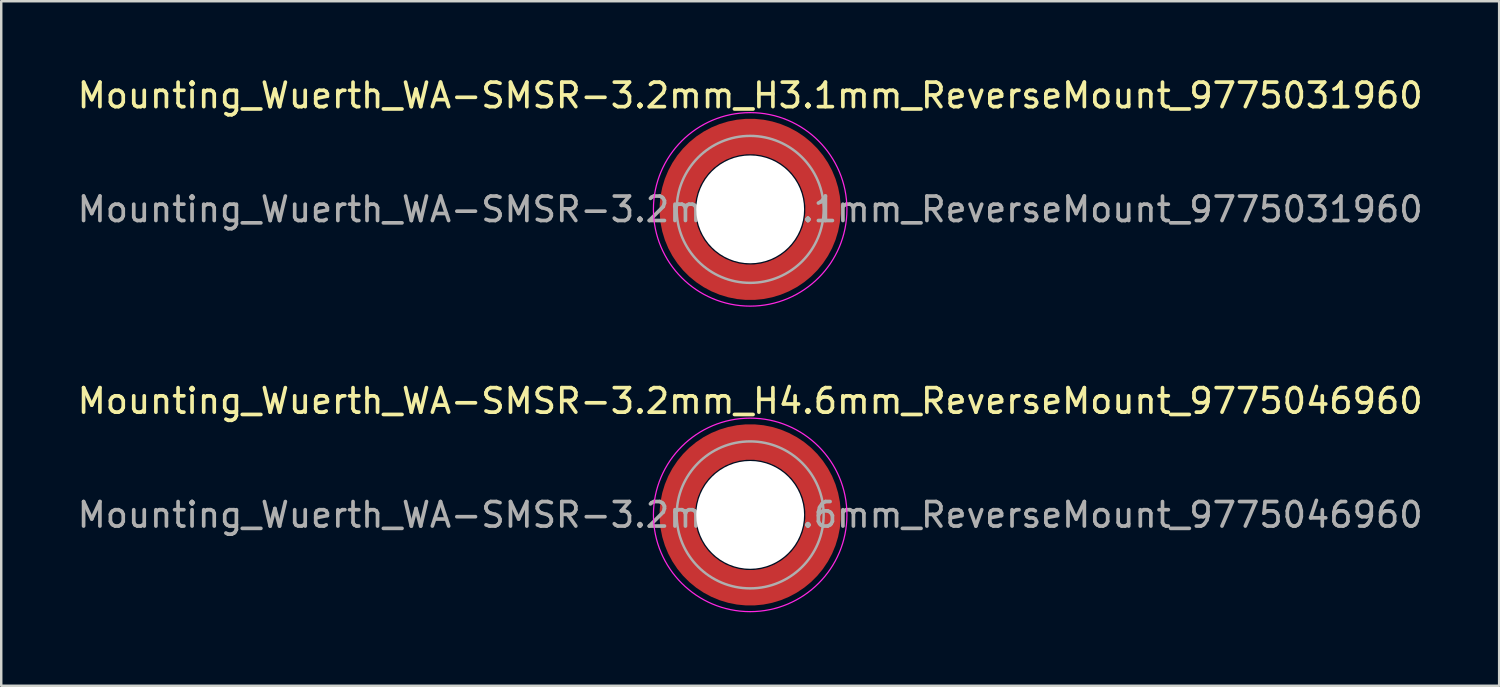
<source format=kicad_pcb>
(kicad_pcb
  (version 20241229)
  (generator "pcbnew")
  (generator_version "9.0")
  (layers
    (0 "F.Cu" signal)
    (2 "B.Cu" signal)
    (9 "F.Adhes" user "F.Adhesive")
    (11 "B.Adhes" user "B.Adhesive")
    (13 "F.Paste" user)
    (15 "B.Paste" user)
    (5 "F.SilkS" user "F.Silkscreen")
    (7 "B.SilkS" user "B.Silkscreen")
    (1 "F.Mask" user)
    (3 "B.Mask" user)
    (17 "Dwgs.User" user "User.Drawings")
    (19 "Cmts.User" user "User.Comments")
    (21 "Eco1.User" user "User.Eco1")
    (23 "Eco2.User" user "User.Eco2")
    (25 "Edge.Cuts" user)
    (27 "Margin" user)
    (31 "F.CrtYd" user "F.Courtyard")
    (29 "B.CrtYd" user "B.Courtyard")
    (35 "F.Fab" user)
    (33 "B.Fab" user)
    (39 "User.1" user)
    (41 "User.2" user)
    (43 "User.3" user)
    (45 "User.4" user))
  (footprint "Mounting_Wuerth_WA-SMSR-3.2mm_H4.6mm_ReverseMount_9775046960"
    (layer "F.Cu")
    (at 27.577 17.971)
    (property "Reference" "Mounting_Wuerth_WA-SMSR-3.2mm_H4.6mm_ReverseMount_9775046960" (at 0 -4.65 0) (layer "F.SilkS") (effects (font (size 1 1) (thickness 0.15))))
    (attr smd allow_soldermask_bridges)
    (fp_circle (center 0 0) (end 3.95 0) (stroke (width 0.05) (type solid)) (fill no) (layer "F.CrtYd"))
    (fp_circle (center 0 0) (end 3 0) (stroke (width 0.1) (type solid)) (fill no) (layer "F.Fab"))
    (fp_text user "${REFERENCE}" (at 0 0 0) (layer "F.Fab") (effects (font (size 1 1) (thickness 0.15))))
    (pad "" smd custom (at -2.095 -2.095) (size 0.672 0.672) (layers "F.Paste") (options (anchor circle)) (primitives (gr_arc (start -0.24231 1.594804) (mid 0.404819 0.404819) (end 1.594804 -0.24231) (width 0.2)) (gr_arc (start -0.3398 1.594804) (mid 0.337349 0.337349) (end 1.594804 -0.3398) (width 0.2)) (gr_arc (start -0.437132 1.594804) (mid 0.269879 0.269879) (end 1.594804 -0.437132) (width 0.2)) (gr_arc (start -0.534324 1.594804) (mid 0.202409 0.202409) (end 1.594804 -0.534324) (width 0.2)) (gr_arc (start -0.631391 1.594804) (mid 0.13494 0.13494) (end 1.594804 -0.631391) (width 0.2)) (gr_arc (start -0.728345 1.594804) (mid 0.06747 0.06747) (end 1.594804 -0.728345) (width 0.2)) (gr_arc (start -0.825197 1.594804) (mid 0 0) (end 1.594804 -0.825197) (width 0.2)) (gr_arc (start -0.921958 1.594804) (mid -0.06747 -0.06747) (end 1.594804 -0.921958) (width 0.2)) (gr_arc (start -1.018637 1.594804) (mid -0.13494 -0.13494) (end 1.594804 -1.018637) (width 0.2)) (gr_arc (start -1.115239 1.594804) (mid -0.202409 -0.202409) (end 1.594804 -1.115239) (width 0.2)) (gr_arc (start -1.211773 1.594804) (mid -0.269879 -0.269879) (end 1.594804 -1.211773) (width 0.2)) (gr_arc (start -1.308244 1.594804) (mid -0.337349 -0.337349) (end 1.594804 -1.308244) (width 0.2)) (gr_arc (start -1.404657 1.594804) (mid -0.404819 -0.404819) (end 1.594804 -1.404657) (width 0.2)) (gr_arc (start -1.404657 1.594804) (mid -0.404819 -0.404819) (end 1.594804 -1.404657) (width 0.2)) (gr_line (start 1.595 -0.242) (end 1.595 -1.405) (width 0.2)) (gr_line (start -0.242 1.595) (end -1.405 1.595) (width 0.2))))
    (pad "" smd custom (at -2.095 2.095) (size 0.672 0.672) (layers "F.Paste") (options (anchor circle)) (primitives (gr_arc (start 1.594804 0.24231) (mid 0.404819 -0.404819) (end -0.24231 -1.594804) (width 0.2)) (gr_arc (start 1.594804 0.3398) (mid 0.337349 -0.337349) (end -0.3398 -1.594804) (width 0.2)) (gr_arc (start 1.594804 0.437132) (mid 0.269879 -0.269879) (end -0.437132 -1.594804) (width 0.2)) (gr_arc (start 1.594804 0.534324) (mid 0.202409 -0.202409) (end -0.534324 -1.594804) (width 0.2)) (gr_arc (start 1.594804 0.631391) (mid 0.13494 -0.13494) (end -0.631391 -1.594804) (width 0.2)) (gr_arc (start 1.594804 0.728345) (mid 0.06747 -0.06747) (end -0.728345 -1.594804) (width 0.2)) (gr_arc (start 1.594804 0.825197) (mid 0 0) (end -0.825197 -1.594804) (width 0.2)) (gr_arc (start 1.594804 0.921958) (mid -0.06747 0.06747) (end -0.921958 -1.594804) (width 0.2)) (gr_arc (start 1.594804 1.018637) (mid -0.13494 0.13494) (end -1.018637 -1.594804) (width 0.2)) (gr_arc (start 1.594804 1.115239) (mid -0.202409 0.202409) (end -1.115239 -1.594804) (width 0.2)) (gr_arc (start 1.594804 1.211773) (mid -0.269879 0.269879) (end -1.211773 -1.594804) (width 0.2)) (gr_arc (start 1.594804 1.308244) (mid -0.337349 0.337349) (end -1.308244 -1.594804) (width 0.2)) (gr_arc (start 1.594804 1.404657) (mid -0.404819 0.404819) (end -1.404657 -1.594804) (width 0.2)) (gr_arc (start 1.594804 1.404657) (mid -0.404819 0.404819) (end -1.404657 -1.594804) (width 0.2)) (gr_line (start -0.242 -1.595) (end -1.405 -1.595) (width 0.2)) (gr_line (start 1.595 0.242) (end 1.595 1.405) (width 0.2))))
    (pad "" np_thru_hole circle (at 0 0) (size 4.4 4.4) (drill 4.4) (layers "*.Cu" "*.Mask"))
    (pad "" smd custom (at 2.095 -2.095) (size 0.672 0.672) (layers "F.Paste") (options (anchor circle)) (primitives (gr_arc (start -1.594804 -0.24231) (mid -0.404819 0.404819) (end 0.24231 1.594804) (width 0.2)) (gr_arc (start -1.594804 -0.3398) (mid -0.337349 0.337349) (end 0.3398 1.594804) (width 0.2)) (gr_arc (start -1.594804 -0.437132) (mid -0.269879 0.269879) (end 0.437132 1.594804) (width 0.2)) (gr_arc (start -1.594804 -0.534324) (mid -0.202409 0.202409) (end 0.534324 1.594804) (width 0.2)) (gr_arc (start -1.594804 -0.631391) (mid -0.13494 0.13494) (end 0.631391 1.594804) (width 0.2)) (gr_arc (start -1.594804 -0.728345) (mid -0.06747 0.06747) (end 0.728345 1.594804) (width 0.2)) (gr_arc (start -1.594804 -0.825197) (mid 0 0) (end 0.825197 1.594804) (width 0.2)) (gr_arc (start -1.594804 -0.921958) (mid 0.06747 -0.06747) (end 0.921958 1.594804) (width 0.2)) (gr_arc (start -1.594804 -1.018637) (mid 0.13494 -0.13494) (end 1.018637 1.594804) (width 0.2)) (gr_arc (start -1.594804 -1.115239) (mid 0.202409 -0.202409) (end 1.115239 1.594804) (width 0.2)) (gr_arc (start -1.594804 -1.211773) (mid 0.269879 -0.269879) (end 1.211773 1.594804) (width 0.2)) (gr_arc (start -1.594804 -1.308244) (mid 0.337349 -0.337349) (end 1.308244 1.594804) (width 0.2)) (gr_arc (start -1.594804 -1.404657) (mid 0.404819 -0.404819) (end 1.404657 1.594804) (width 0.2)) (gr_arc (start -1.594804 -1.404657) (mid 0.404819 -0.404819) (end 1.404657 1.594804) (width 0.2)) (gr_line (start 0.242 1.595) (end 1.405 1.595) (width 0.2)) (gr_line (start -1.595 -0.242) (end -1.595 -1.405) (width 0.2))))
    (pad "" smd custom (at 2.095 2.095) (size 0.672 0.672) (layers "F.Paste") (options (anchor circle)) (primitives (gr_arc (start 0.24231 -1.594804) (mid -0.404819 -0.404819) (end -1.594804 0.24231) (width 0.2)) (gr_arc (start 0.3398 -1.594804) (mid -0.337349 -0.337349) (end -1.594804 0.3398) (width 0.2)) (gr_arc (start 0.437132 -1.594804) (mid -0.269879 -0.269879) (end -1.594804 0.437132) (width 0.2)) (gr_arc (start 0.534324 -1.594804) (mid -0.202409 -0.202409) (end -1.594804 0.534324) (width 0.2)) (gr_arc (start 0.631391 -1.594804) (mid -0.13494 -0.13494) (end -1.594804 0.631391) (width 0.2)) (gr_arc (start 0.728345 -1.594804) (mid -0.06747 -0.06747) (end -1.594804 0.728345) (width 0.2)) (gr_arc (start 0.825197 -1.594804) (mid 0 0) (end -1.594804 0.825197) (width 0.2)) (gr_arc (start 0.921958 -1.594804) (mid 0.06747 0.06747) (end -1.594804 0.921958) (width 0.2)) (gr_arc (start 1.018637 -1.594804) (mid 0.13494 0.13494) (end -1.594804 1.018637) (width 0.2)) (gr_arc (start 1.115239 -1.594804) (mid 0.202409 0.202409) (end -1.594804 1.115239) (width 0.2)) (gr_arc (start 1.211773 -1.594804) (mid 0.269879 0.269879) (end -1.594804 1.211773) (width 0.2)) (gr_arc (start 1.308244 -1.594804) (mid 0.337349 0.337349) (end -1.594804 1.308244) (width 0.2)) (gr_arc (start 1.404657 -1.594804) (mid 0.404819 0.404819) (end -1.594804 1.404657) (width 0.2)) (gr_arc (start 1.404657 -1.594804) (mid 0.404819 0.404819) (end -1.594804 1.404657) (width 0.2)) (gr_line (start -1.595 0.242) (end -1.595 1.405) (width 0.2)) (gr_line (start 0.242 -1.595) (end 1.405 -1.595) (width 0.2))))
    (pad "1" smd circle (at -2.975 0) (size 0.942 0.942) (layers "F.Cu"))
    (pad "1" smd circle (at 0 -2.975) (size 0.942 0.942) (layers "F.Cu"))
    (pad "1" smd circle (at 0 2.975) (size 0.942 0.942) (layers "F.Cu"))
    (pad "1" smd custom (at 2.975 0) (size 1.45 1.45) (layers "F.Cu" "F.Mask") (options (anchor circle)) (primitives (gr_circle (center -2.975 0) (end 0 0) (width 1.45) (fill no)))))
  (footprint "Mounting_Wuerth_WA-SMSR-3.2mm_H3.1mm_ReverseMount_9775031960"
    (layer "F.Cu")
    (at 27.577 5.498)
    (property "Reference" "Mounting_Wuerth_WA-SMSR-3.2mm_H3.1mm_ReverseMount_9775031960" (at 0 -4.65 0) (layer "F.SilkS") (effects (font (size 1 1) (thickness 0.15))))
    (attr smd allow_soldermask_bridges)
    (fp_circle (center 0 0) (end 3.95 0) (stroke (width 0.05) (type solid)) (fill no) (layer "F.CrtYd"))
    (fp_circle (center 0 0) (end 3 0) (stroke (width 0.1) (type solid)) (fill no) (layer "F.Fab"))
    (fp_text user "${REFERENCE}" (at 0 0 0) (layer "F.Fab") (effects (font (size 1 1) (thickness 0.15))))
    (pad "" smd custom (at -2.095 -2.095) (size 0.672 0.672) (layers "F.Paste") (options (anchor circle)) (primitives (gr_arc (start -0.24231 1.594804) (mid 0.404819 0.404819) (end 1.594804 -0.24231) (width 0.2)) (gr_arc (start -0.3398 1.594804) (mid 0.337349 0.337349) (end 1.594804 -0.3398) (width 0.2)) (gr_arc (start -0.437132 1.594804) (mid 0.269879 0.269879) (end 1.594804 -0.437132) (width 0.2)) (gr_arc (start -0.534324 1.594804) (mid 0.202409 0.202409) (end 1.594804 -0.534324) (width 0.2)) (gr_arc (start -0.631391 1.594804) (mid 0.13494 0.13494) (end 1.594804 -0.631391) (width 0.2)) (gr_arc (start -0.728345 1.594804) (mid 0.06747 0.06747) (end 1.594804 -0.728345) (width 0.2)) (gr_arc (start -0.825197 1.594804) (mid 0 0) (end 1.594804 -0.825197) (width 0.2)) (gr_arc (start -0.921958 1.594804) (mid -0.06747 -0.06747) (end 1.594804 -0.921958) (width 0.2)) (gr_arc (start -1.018637 1.594804) (mid -0.13494 -0.13494) (end 1.594804 -1.018637) (width 0.2)) (gr_arc (start -1.115239 1.594804) (mid -0.202409 -0.202409) (end 1.594804 -1.115239) (width 0.2)) (gr_arc (start -1.211773 1.594804) (mid -0.269879 -0.269879) (end 1.594804 -1.211773) (width 0.2)) (gr_arc (start -1.308244 1.594804) (mid -0.337349 -0.337349) (end 1.594804 -1.308244) (width 0.2)) (gr_arc (start -1.404657 1.594804) (mid -0.404819 -0.404819) (end 1.594804 -1.404657) (width 0.2)) (gr_arc (start -1.404657 1.594804) (mid -0.404819 -0.404819) (end 1.594804 -1.404657) (width 0.2)) (gr_line (start 1.595 -0.242) (end 1.595 -1.405) (width 0.2)) (gr_line (start -0.242 1.595) (end -1.405 1.595) (width 0.2))))
    (pad "" smd custom (at -2.095 2.095) (size 0.672 0.672) (layers "F.Paste") (options (anchor circle)) (primitives (gr_arc (start 1.594804 0.24231) (mid 0.404819 -0.404819) (end -0.24231 -1.594804) (width 0.2)) (gr_arc (start 1.594804 0.3398) (mid 0.337349 -0.337349) (end -0.3398 -1.594804) (width 0.2)) (gr_arc (start 1.594804 0.437132) (mid 0.269879 -0.269879) (end -0.437132 -1.594804) (width 0.2)) (gr_arc (start 1.594804 0.534324) (mid 0.202409 -0.202409) (end -0.534324 -1.594804) (width 0.2)) (gr_arc (start 1.594804 0.631391) (mid 0.13494 -0.13494) (end -0.631391 -1.594804) (width 0.2)) (gr_arc (start 1.594804 0.728345) (mid 0.06747 -0.06747) (end -0.728345 -1.594804) (width 0.2)) (gr_arc (start 1.594804 0.825197) (mid 0 0) (end -0.825197 -1.594804) (width 0.2)) (gr_arc (start 1.594804 0.921958) (mid -0.06747 0.06747) (end -0.921958 -1.594804) (width 0.2)) (gr_arc (start 1.594804 1.018637) (mid -0.13494 0.13494) (end -1.018637 -1.594804) (width 0.2)) (gr_arc (start 1.594804 1.115239) (mid -0.202409 0.202409) (end -1.115239 -1.594804) (width 0.2)) (gr_arc (start 1.594804 1.211773) (mid -0.269879 0.269879) (end -1.211773 -1.594804) (width 0.2)) (gr_arc (start 1.594804 1.308244) (mid -0.337349 0.337349) (end -1.308244 -1.594804) (width 0.2)) (gr_arc (start 1.594804 1.404657) (mid -0.404819 0.404819) (end -1.404657 -1.594804) (width 0.2)) (gr_arc (start 1.594804 1.404657) (mid -0.404819 0.404819) (end -1.404657 -1.594804) (width 0.2)) (gr_line (start -0.242 -1.595) (end -1.405 -1.595) (width 0.2)) (gr_line (start 1.595 0.242) (end 1.595 1.405) (width 0.2))))
    (pad "" np_thru_hole circle (at 0 0) (size 4.4 4.4) (drill 4.4) (layers "*.Cu" "*.Mask"))
    (pad "" smd custom (at 2.095 -2.095) (size 0.672 0.672) (layers "F.Paste") (options (anchor circle)) (primitives (gr_arc (start -1.594804 -0.24231) (mid -0.404819 0.404819) (end 0.24231 1.594804) (width 0.2)) (gr_arc (start -1.594804 -0.3398) (mid -0.337349 0.337349) (end 0.3398 1.594804) (width 0.2)) (gr_arc (start -1.594804 -0.437132) (mid -0.269879 0.269879) (end 0.437132 1.594804) (width 0.2)) (gr_arc (start -1.594804 -0.534324) (mid -0.202409 0.202409) (end 0.534324 1.594804) (width 0.2)) (gr_arc (start -1.594804 -0.631391) (mid -0.13494 0.13494) (end 0.631391 1.594804) (width 0.2)) (gr_arc (start -1.594804 -0.728345) (mid -0.06747 0.06747) (end 0.728345 1.594804) (width 0.2)) (gr_arc (start -1.594804 -0.825197) (mid 0 0) (end 0.825197 1.594804) (width 0.2)) (gr_arc (start -1.594804 -0.921958) (mid 0.06747 -0.06747) (end 0.921958 1.594804) (width 0.2)) (gr_arc (start -1.594804 -1.018637) (mid 0.13494 -0.13494) (end 1.018637 1.594804) (width 0.2)) (gr_arc (start -1.594804 -1.115239) (mid 0.202409 -0.202409) (end 1.115239 1.594804) (width 0.2)) (gr_arc (start -1.594804 -1.211773) (mid 0.269879 -0.269879) (end 1.211773 1.594804) (width 0.2)) (gr_arc (start -1.594804 -1.308244) (mid 0.337349 -0.337349) (end 1.308244 1.594804) (width 0.2)) (gr_arc (start -1.594804 -1.404657) (mid 0.404819 -0.404819) (end 1.404657 1.594804) (width 0.2)) (gr_arc (start -1.594804 -1.404657) (mid 0.404819 -0.404819) (end 1.404657 1.594804) (width 0.2)) (gr_line (start 0.242 1.595) (end 1.405 1.595) (width 0.2)) (gr_line (start -1.595 -0.242) (end -1.595 -1.405) (width 0.2))))
    (pad "" smd custom (at 2.095 2.095) (size 0.672 0.672) (layers "F.Paste") (options (anchor circle)) (primitives (gr_arc (start 0.24231 -1.594804) (mid -0.404819 -0.404819) (end -1.594804 0.24231) (width 0.2)) (gr_arc (start 0.3398 -1.594804) (mid -0.337349 -0.337349) (end -1.594804 0.3398) (width 0.2)) (gr_arc (start 0.437132 -1.594804) (mid -0.269879 -0.269879) (end -1.594804 0.437132) (width 0.2)) (gr_arc (start 0.534324 -1.594804) (mid -0.202409 -0.202409) (end -1.594804 0.534324) (width 0.2)) (gr_arc (start 0.631391 -1.594804) (mid -0.13494 -0.13494) (end -1.594804 0.631391) (width 0.2)) (gr_arc (start 0.728345 -1.594804) (mid -0.06747 -0.06747) (end -1.594804 0.728345) (width 0.2)) (gr_arc (start 0.825197 -1.594804) (mid 0 0) (end -1.594804 0.825197) (width 0.2)) (gr_arc (start 0.921958 -1.594804) (mid 0.06747 0.06747) (end -1.594804 0.921958) (width 0.2)) (gr_arc (start 1.018637 -1.594804) (mid 0.13494 0.13494) (end -1.594804 1.018637) (width 0.2)) (gr_arc (start 1.115239 -1.594804) (mid 0.202409 0.202409) (end -1.594804 1.115239) (width 0.2)) (gr_arc (start 1.211773 -1.594804) (mid 0.269879 0.269879) (end -1.594804 1.211773) (width 0.2)) (gr_arc (start 1.308244 -1.594804) (mid 0.337349 0.337349) (end -1.594804 1.308244) (width 0.2)) (gr_arc (start 1.404657 -1.594804) (mid 0.404819 0.404819) (end -1.594804 1.404657) (width 0.2)) (gr_arc (start 1.404657 -1.594804) (mid 0.404819 0.404819) (end -1.594804 1.404657) (width 0.2)) (gr_line (start -1.595 0.242) (end -1.595 1.405) (width 0.2)) (gr_line (start 0.242 -1.595) (end 1.405 -1.595) (width 0.2))))
    (pad "1" smd circle (at -2.975 0) (size 0.942 0.942) (layers "F.Cu"))
    (pad "1" smd circle (at 0 -2.975) (size 0.942 0.942) (layers "F.Cu"))
    (pad "1" smd circle (at 0 2.975) (size 0.942 0.942) (layers "F.Cu"))
    (pad "1" smd custom (at 2.975 0) (size 1.45 1.45) (layers "F.Cu" "F.Mask") (options (anchor circle)) (primitives (gr_circle (center -2.975 0) (end 0 0) (width 1.45) (fill no)))))
  (gr_rect
    (start -3 -3)
    (end 58.155 24.947)
    (stroke (width 0.1) (type default))
    (fill no)
    (layer "Edge.Cuts")))
</source>
